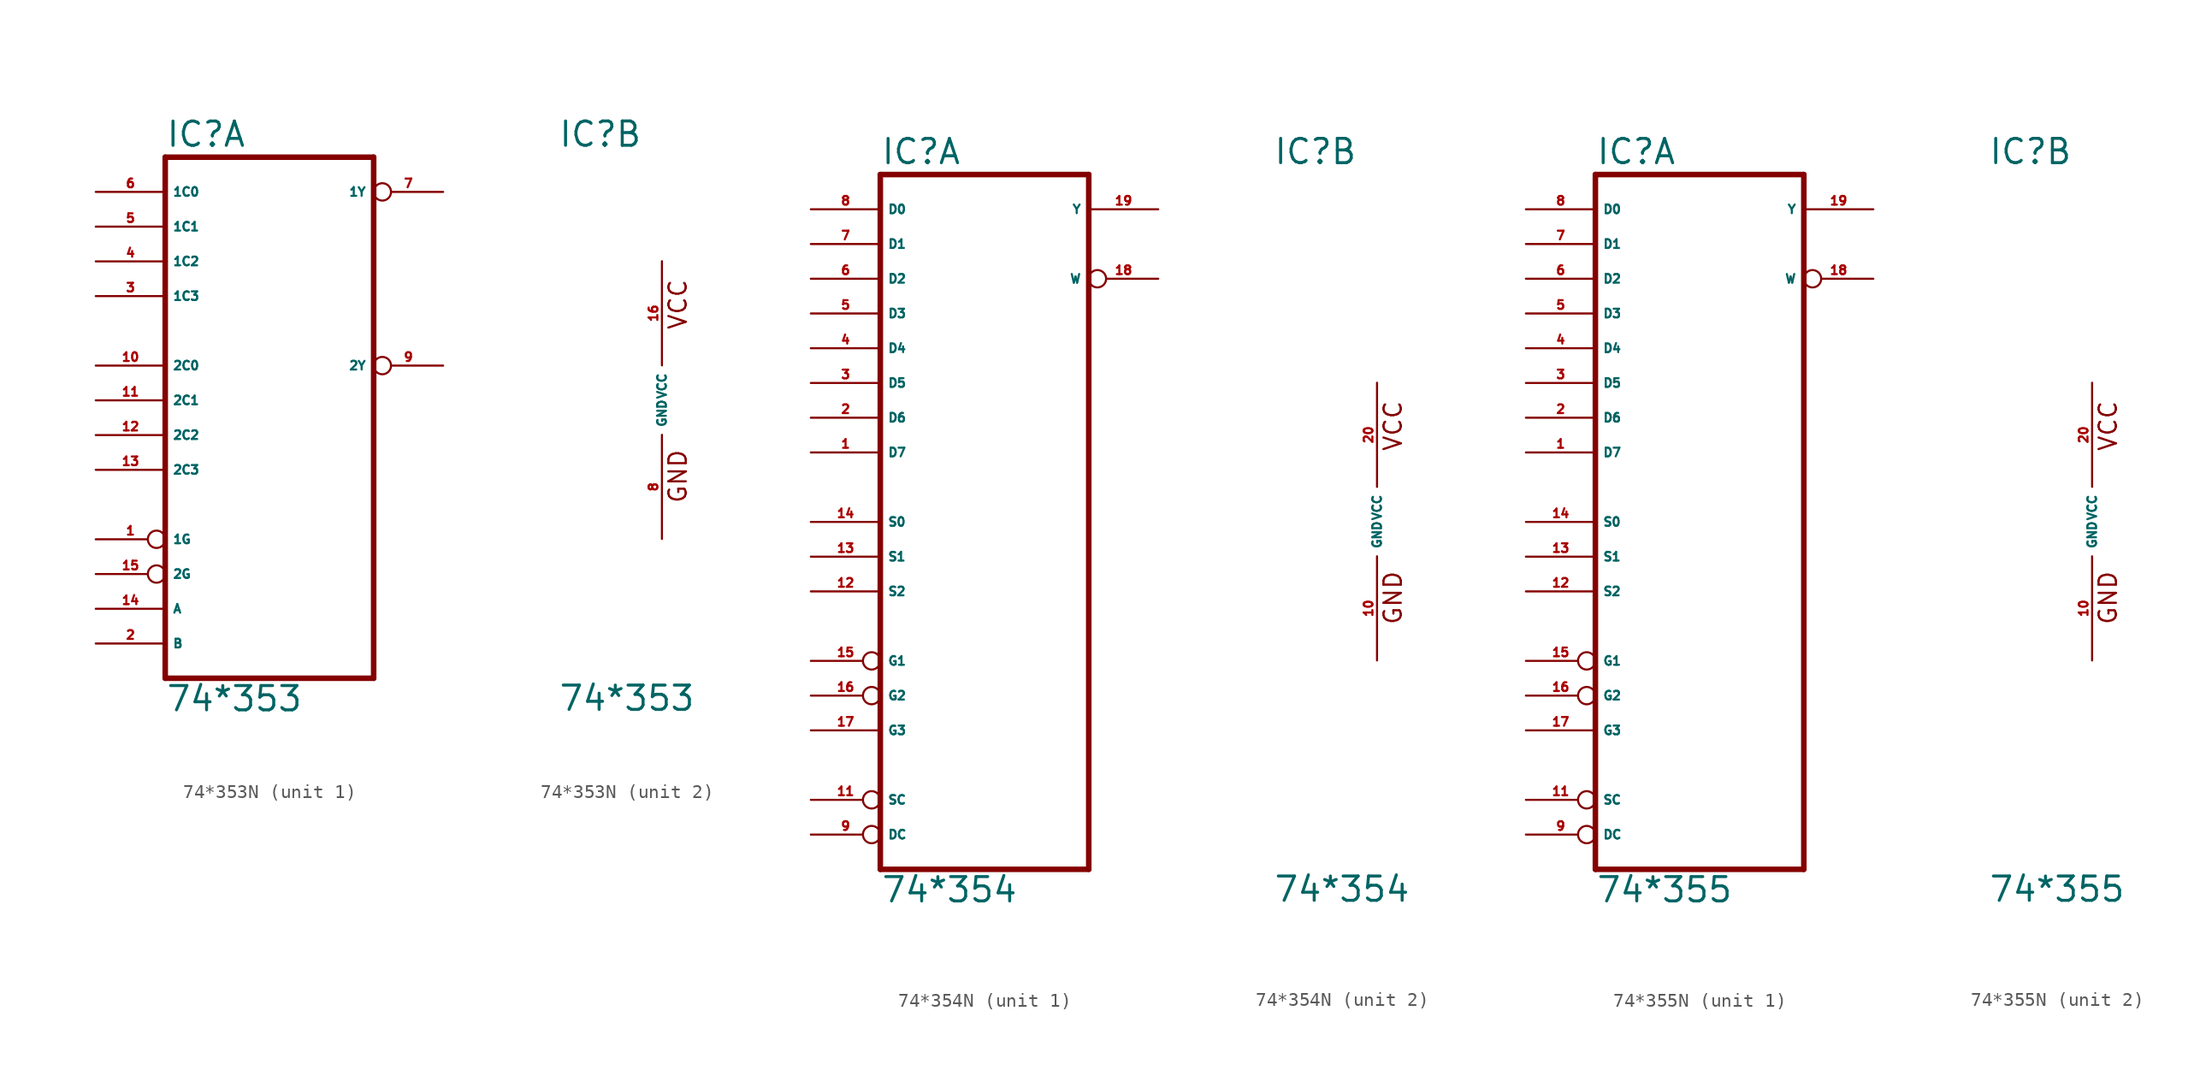
<source format=kicad_sym>
(kicad_symbol_lib
  (version 20220914)
  (generator Eagle2Kicad)
  (symbol "74*353N"
    (property "Reference" "IC"
      (at -7.62 18.415 0)
      (effects (font (size 1.778 1.778) (thickness 0.22)) (justify left bottom)))
    (property "Value" "74*353"
      (at -7.62 -22.86 0)
      (effects (font (size 1.778 1.778) (thickness 0.22)) (justify left bottom)))
    (symbol "74*353N_1_0"
      (polyline (pts (xy -7.62 -20.32) (xy 7.62 -20.32)) (stroke (width 0.406) (type default)) (fill (type none)))
      (polyline (pts (xy 7.62 -20.32) (xy 7.62 17.78)) (stroke (width 0.406) (type default)) (fill (type none)))
      (polyline (pts (xy 7.62 17.78) (xy -7.62 17.78)) (stroke (width 0.406) (type default)) (fill (type none)))
      (polyline (pts (xy -7.62 17.78) (xy -7.62 -20.32)) (stroke (width 0.406) (type default)) (fill (type none)))
      (pin input inverted (at -12.7 -10.16 0) (length 5.08) (name "1G" (effects (font (size 0.635 0.635) (thickness 0.08)) (justify left bottom))) (number "1" (effects (font (size 0.635 0.635) (thickness 0.08)) (justify left bottom))))
      (pin input line (at -12.7 -17.78 0) (length 5.08) (name "B" (effects (font (size 0.635 0.635) (thickness 0.08)) (justify left bottom))) (number "2" (effects (font (size 0.635 0.635) (thickness 0.08)) (justify left bottom))))
      (pin input line (at -12.7 7.62 0) (length 5.08) (name "1C3" (effects (font (size 0.635 0.635) (thickness 0.08)) (justify left bottom))) (number "3" (effects (font (size 0.635 0.635) (thickness 0.08)) (justify left bottom))))
      (pin input line (at -12.7 10.16 0) (length 5.08) (name "1C2" (effects (font (size 0.635 0.635) (thickness 0.08)) (justify left bottom))) (number "4" (effects (font (size 0.635 0.635) (thickness 0.08)) (justify left bottom))))
      (pin input line (at -12.7 12.7 0) (length 5.08) (name "1C1" (effects (font (size 0.635 0.635) (thickness 0.08)) (justify left bottom))) (number "5" (effects (font (size 0.635 0.635) (thickness 0.08)) (justify left bottom))))
      (pin input line (at -12.7 15.24 0) (length 5.08) (name "1C0" (effects (font (size 0.635 0.635) (thickness 0.08)) (justify left bottom))) (number "6" (effects (font (size 0.635 0.635) (thickness 0.08)) (justify left bottom))))
      (pin tri_state inverted (at 12.7 15.24 180) (length 5.08) (name "1Y" (effects (font (size 0.635 0.635) (thickness 0.08)) (justify left bottom))) (number "7" (effects (font (size 0.635 0.635) (thickness 0.08)) (justify left bottom))))
      (pin tri_state inverted (at 12.7 2.54 180) (length 5.08) (name "2Y" (effects (font (size 0.635 0.635) (thickness 0.08)) (justify left bottom))) (number "9" (effects (font (size 0.635 0.635) (thickness 0.08)) (justify left bottom))))
      (pin input line (at -12.7 2.54 0) (length 5.08) (name "2C0" (effects (font (size 0.635 0.635) (thickness 0.08)) (justify left bottom))) (number "10" (effects (font (size 0.635 0.635) (thickness 0.08)) (justify left bottom))))
      (pin input line (at -12.7 0 0) (length 5.08) (name "2C1" (effects (font (size 0.635 0.635) (thickness 0.08)) (justify left bottom))) (number "11" (effects (font (size 0.635 0.635) (thickness 0.08)) (justify left bottom))))
      (pin input line (at -12.7 -2.54 0) (length 5.08) (name "2C2" (effects (font (size 0.635 0.635) (thickness 0.08)) (justify left bottom))) (number "12" (effects (font (size 0.635 0.635) (thickness 0.08)) (justify left bottom))))
      (pin input line (at -12.7 -5.08 0) (length 5.08) (name "2C3" (effects (font (size 0.635 0.635) (thickness 0.08)) (justify left bottom))) (number "13" (effects (font (size 0.635 0.635) (thickness 0.08)) (justify left bottom))))
      (pin input line (at -12.7 -15.24 0) (length 5.08) (name "A" (effects (font (size 0.635 0.635) (thickness 0.08)) (justify left bottom))) (number "14" (effects (font (size 0.635 0.635) (thickness 0.08)) (justify left bottom))))
      (pin input inverted (at -12.7 -12.7 0) (length 5.08) (name "2G" (effects (font (size 0.635 0.635) (thickness 0.08)) (justify left bottom))) (number "15" (effects (font (size 0.635 0.635) (thickness 0.08)) (justify left bottom)))))
    (symbol "74*353N_2_0"
      (text "GND" (at 1.905 -7.62 900) (effects (font (size 1.27 1.27) (thickness 0.16)) (justify left bottom)))
      (text "VCC" (at 1.905 5.08 900) (effects (font (size 1.27 1.27) (thickness 0.16)) (justify left bottom)))
      (pin unspecified line (at 0 -10.16 90) (length 7.62) (name "GND" (effects (font (size 0.635 0.635) (thickness 0.08)) (justify left bottom))) (number "8" (effects (font (size 0.635 0.635) (thickness 0.08)) (justify left bottom))))
      (pin unspecified line (at 0 10.16 270) (length 7.62) (name "VCC" (effects (font (size 0.635 0.635) (thickness 0.08)) (justify left bottom))) (number "16" (effects (font (size 0.635 0.635) (thickness 0.08)) (justify left bottom))))))
  (symbol "74*354N"
    (property "Reference" "IC"
      (at -7.62 26.035 0)
      (effects (font (size 1.778 1.778) (thickness 0.22)) (justify left bottom)))
    (property "Value" "74*354"
      (at -7.62 -27.94 0)
      (effects (font (size 1.778 1.778) (thickness 0.22)) (justify left bottom)))
    (symbol "74*354N_1_0"
      (polyline (pts (xy -7.62 -25.4) (xy 7.62 -25.4)) (stroke (width 0.406) (type default)) (fill (type none)))
      (polyline (pts (xy 7.62 -25.4) (xy 7.62 25.4)) (stroke (width 0.406) (type default)) (fill (type none)))
      (polyline (pts (xy 7.62 25.4) (xy -7.62 25.4)) (stroke (width 0.406) (type default)) (fill (type none)))
      (polyline (pts (xy -7.62 25.4) (xy -7.62 -25.4)) (stroke (width 0.406) (type default)) (fill (type none)))
      (pin input line (at -12.7 5.08 0) (length 5.08) (name "D7" (effects (font (size 0.635 0.635) (thickness 0.08)) (justify left bottom))) (number "1" (effects (font (size 0.635 0.635) (thickness 0.08)) (justify left bottom))))
      (pin input line (at -12.7 7.62 0) (length 5.08) (name "D6" (effects (font (size 0.635 0.635) (thickness 0.08)) (justify left bottom))) (number "2" (effects (font (size 0.635 0.635) (thickness 0.08)) (justify left bottom))))
      (pin input line (at -12.7 10.16 0) (length 5.08) (name "D5" (effects (font (size 0.635 0.635) (thickness 0.08)) (justify left bottom))) (number "3" (effects (font (size 0.635 0.635) (thickness 0.08)) (justify left bottom))))
      (pin input line (at -12.7 12.7 0) (length 5.08) (name "D4" (effects (font (size 0.635 0.635) (thickness 0.08)) (justify left bottom))) (number "4" (effects (font (size 0.635 0.635) (thickness 0.08)) (justify left bottom))))
      (pin input line (at -12.7 15.24 0) (length 5.08) (name "D3" (effects (font (size 0.635 0.635) (thickness 0.08)) (justify left bottom))) (number "5" (effects (font (size 0.635 0.635) (thickness 0.08)) (justify left bottom))))
      (pin input line (at -12.7 17.78 0) (length 5.08) (name "D2" (effects (font (size 0.635 0.635) (thickness 0.08)) (justify left bottom))) (number "6" (effects (font (size 0.635 0.635) (thickness 0.08)) (justify left bottom))))
      (pin input line (at -12.7 20.32 0) (length 5.08) (name "D1" (effects (font (size 0.635 0.635) (thickness 0.08)) (justify left bottom))) (number "7" (effects (font (size 0.635 0.635) (thickness 0.08)) (justify left bottom))))
      (pin input line (at -12.7 22.86 0) (length 5.08) (name "D0" (effects (font (size 0.635 0.635) (thickness 0.08)) (justify left bottom))) (number "8" (effects (font (size 0.635 0.635) (thickness 0.08)) (justify left bottom))))
      (pin input inverted (at -12.7 -22.86 0) (length 5.08) (name "DC" (effects (font (size 0.635 0.635) (thickness 0.08)) (justify left bottom))) (number "9" (effects (font (size 0.635 0.635) (thickness 0.08)) (justify left bottom))))
      (pin input inverted (at -12.7 -20.32 0) (length 5.08) (name "SC" (effects (font (size 0.635 0.635) (thickness 0.08)) (justify left bottom))) (number "11" (effects (font (size 0.635 0.635) (thickness 0.08)) (justify left bottom))))
      (pin input line (at -12.7 -5.08 0) (length 5.08) (name "S2" (effects (font (size 0.635 0.635) (thickness 0.08)) (justify left bottom))) (number "12" (effects (font (size 0.635 0.635) (thickness 0.08)) (justify left bottom))))
      (pin input line (at -12.7 -2.54 0) (length 5.08) (name "S1" (effects (font (size 0.635 0.635) (thickness 0.08)) (justify left bottom))) (number "13" (effects (font (size 0.635 0.635) (thickness 0.08)) (justify left bottom))))
      (pin input line (at -12.7 0 0) (length 5.08) (name "S0" (effects (font (size 0.635 0.635) (thickness 0.08)) (justify left bottom))) (number "14" (effects (font (size 0.635 0.635) (thickness 0.08)) (justify left bottom))))
      (pin input inverted (at -12.7 -10.16 0) (length 5.08) (name "G1" (effects (font (size 0.635 0.635) (thickness 0.08)) (justify left bottom))) (number "15" (effects (font (size 0.635 0.635) (thickness 0.08)) (justify left bottom))))
      (pin input inverted (at -12.7 -12.7 0) (length 5.08) (name "G2" (effects (font (size 0.635 0.635) (thickness 0.08)) (justify left bottom))) (number "16" (effects (font (size 0.635 0.635) (thickness 0.08)) (justify left bottom))))
      (pin input line (at -12.7 -15.24 0) (length 5.08) (name "G3" (effects (font (size 0.635 0.635) (thickness 0.08)) (justify left bottom))) (number "17" (effects (font (size 0.635 0.635) (thickness 0.08)) (justify left bottom))))
      (pin tri_state inverted (at 12.7 17.78 180) (length 5.08) (name "W" (effects (font (size 0.635 0.635) (thickness 0.08)) (justify left bottom))) (number "18" (effects (font (size 0.635 0.635) (thickness 0.08)) (justify left bottom))))
      (pin output line (at 12.7 22.86 180) (length 5.08) (name "Y" (effects (font (size 0.635 0.635) (thickness 0.08)) (justify left bottom))) (number "19" (effects (font (size 0.635 0.635) (thickness 0.08)) (justify left bottom)))))
    (symbol "74*354N_2_0"
      (text "GND" (at 1.905 -7.62 900) (effects (font (size 1.27 1.27) (thickness 0.16)) (justify left bottom)))
      (text "VCC" (at 1.905 5.08 900) (effects (font (size 1.27 1.27) (thickness 0.16)) (justify left bottom)))
      (pin unspecified line (at 0 -10.16 90) (length 7.62) (name "GND" (effects (font (size 0.635 0.635) (thickness 0.08)) (justify left bottom))) (number "10" (effects (font (size 0.635 0.635) (thickness 0.08)) (justify left bottom))))
      (pin unspecified line (at 0 10.16 270) (length 7.62) (name "VCC" (effects (font (size 0.635 0.635) (thickness 0.08)) (justify left bottom))) (number "20" (effects (font (size 0.635 0.635) (thickness 0.08)) (justify left bottom))))))
  (symbol "74*355N"
    (property "Reference" "IC"
      (at -7.62 26.035 0)
      (effects (font (size 1.778 1.778) (thickness 0.22)) (justify left bottom)))
    (property "Value" "74*355"
      (at -7.62 -27.94 0)
      (effects (font (size 1.778 1.778) (thickness 0.22)) (justify left bottom)))
    (symbol "74*355N_1_0"
      (polyline (pts (xy -7.62 -25.4) (xy 7.62 -25.4)) (stroke (width 0.406) (type default)) (fill (type none)))
      (polyline (pts (xy 7.62 -25.4) (xy 7.62 25.4)) (stroke (width 0.406) (type default)) (fill (type none)))
      (polyline (pts (xy 7.62 25.4) (xy -7.62 25.4)) (stroke (width 0.406) (type default)) (fill (type none)))
      (polyline (pts (xy -7.62 25.4) (xy -7.62 -25.4)) (stroke (width 0.406) (type default)) (fill (type none)))
      (pin input line (at -12.7 5.08 0) (length 5.08) (name "D7" (effects (font (size 0.635 0.635) (thickness 0.08)) (justify left bottom))) (number "1" (effects (font (size 0.635 0.635) (thickness 0.08)) (justify left bottom))))
      (pin input line (at -12.7 7.62 0) (length 5.08) (name "D6" (effects (font (size 0.635 0.635) (thickness 0.08)) (justify left bottom))) (number "2" (effects (font (size 0.635 0.635) (thickness 0.08)) (justify left bottom))))
      (pin input line (at -12.7 10.16 0) (length 5.08) (name "D5" (effects (font (size 0.635 0.635) (thickness 0.08)) (justify left bottom))) (number "3" (effects (font (size 0.635 0.635) (thickness 0.08)) (justify left bottom))))
      (pin input line (at -12.7 12.7 0) (length 5.08) (name "D4" (effects (font (size 0.635 0.635) (thickness 0.08)) (justify left bottom))) (number "4" (effects (font (size 0.635 0.635) (thickness 0.08)) (justify left bottom))))
      (pin input line (at -12.7 15.24 0) (length 5.08) (name "D3" (effects (font (size 0.635 0.635) (thickness 0.08)) (justify left bottom))) (number "5" (effects (font (size 0.635 0.635) (thickness 0.08)) (justify left bottom))))
      (pin input line (at -12.7 17.78 0) (length 5.08) (name "D2" (effects (font (size 0.635 0.635) (thickness 0.08)) (justify left bottom))) (number "6" (effects (font (size 0.635 0.635) (thickness 0.08)) (justify left bottom))))
      (pin input line (at -12.7 20.32 0) (length 5.08) (name "D1" (effects (font (size 0.635 0.635) (thickness 0.08)) (justify left bottom))) (number "7" (effects (font (size 0.635 0.635) (thickness 0.08)) (justify left bottom))))
      (pin input line (at -12.7 22.86 0) (length 5.08) (name "D0" (effects (font (size 0.635 0.635) (thickness 0.08)) (justify left bottom))) (number "8" (effects (font (size 0.635 0.635) (thickness 0.08)) (justify left bottom))))
      (pin input inverted (at -12.7 -22.86 0) (length 5.08) (name "DC" (effects (font (size 0.635 0.635) (thickness 0.08)) (justify left bottom))) (number "9" (effects (font (size 0.635 0.635) (thickness 0.08)) (justify left bottom))))
      (pin input inverted (at -12.7 -20.32 0) (length 5.08) (name "SC" (effects (font (size 0.635 0.635) (thickness 0.08)) (justify left bottom))) (number "11" (effects (font (size 0.635 0.635) (thickness 0.08)) (justify left bottom))))
      (pin input line (at -12.7 -5.08 0) (length 5.08) (name "S2" (effects (font (size 0.635 0.635) (thickness 0.08)) (justify left bottom))) (number "12" (effects (font (size 0.635 0.635) (thickness 0.08)) (justify left bottom))))
      (pin input line (at -12.7 -2.54 0) (length 5.08) (name "S1" (effects (font (size 0.635 0.635) (thickness 0.08)) (justify left bottom))) (number "13" (effects (font (size 0.635 0.635) (thickness 0.08)) (justify left bottom))))
      (pin input line (at -12.7 0 0) (length 5.08) (name "S0" (effects (font (size 0.635 0.635) (thickness 0.08)) (justify left bottom))) (number "14" (effects (font (size 0.635 0.635) (thickness 0.08)) (justify left bottom))))
      (pin input inverted (at -12.7 -10.16 0) (length 5.08) (name "G1" (effects (font (size 0.635 0.635) (thickness 0.08)) (justify left bottom))) (number "15" (effects (font (size 0.635 0.635) (thickness 0.08)) (justify left bottom))))
      (pin input inverted (at -12.7 -12.7 0) (length 5.08) (name "G2" (effects (font (size 0.635 0.635) (thickness 0.08)) (justify left bottom))) (number "16" (effects (font (size 0.635 0.635) (thickness 0.08)) (justify left bottom))))
      (pin input line (at -12.7 -15.24 0) (length 5.08) (name "G3" (effects (font (size 0.635 0.635) (thickness 0.08)) (justify left bottom))) (number "17" (effects (font (size 0.635 0.635) (thickness 0.08)) (justify left bottom))))
      (pin open_collector inverted (at 12.7 17.78 180) (length 5.08) (name "W" (effects (font (size 0.635 0.635) (thickness 0.08)) (justify left bottom))) (number "18" (effects (font (size 0.635 0.635) (thickness 0.08)) (justify left bottom))))
      (pin open_collector line (at 12.7 22.86 180) (length 5.08) (name "Y" (effects (font (size 0.635 0.635) (thickness 0.08)) (justify left bottom))) (number "19" (effects (font (size 0.635 0.635) (thickness 0.08)) (justify left bottom)))))
    (symbol "74*355N_2_0"
      (text "GND" (at 1.905 -7.62 900) (effects (font (size 1.27 1.27) (thickness 0.16)) (justify left bottom)))
      (text "VCC" (at 1.905 5.08 900) (effects (font (size 1.27 1.27) (thickness 0.16)) (justify left bottom)))
      (pin unspecified line (at 0 -10.16 90) (length 7.62) (name "GND" (effects (font (size 0.635 0.635) (thickness 0.08)) (justify left bottom))) (number "10" (effects (font (size 0.635 0.635) (thickness 0.08)) (justify left bottom))))
      (pin unspecified line (at 0 10.16 270) (length 7.62) (name "VCC" (effects (font (size 0.635 0.635) (thickness 0.08)) (justify left bottom))) (number "20" (effects (font (size 0.635 0.635) (thickness 0.08)) (justify left bottom)))))))
</source>
